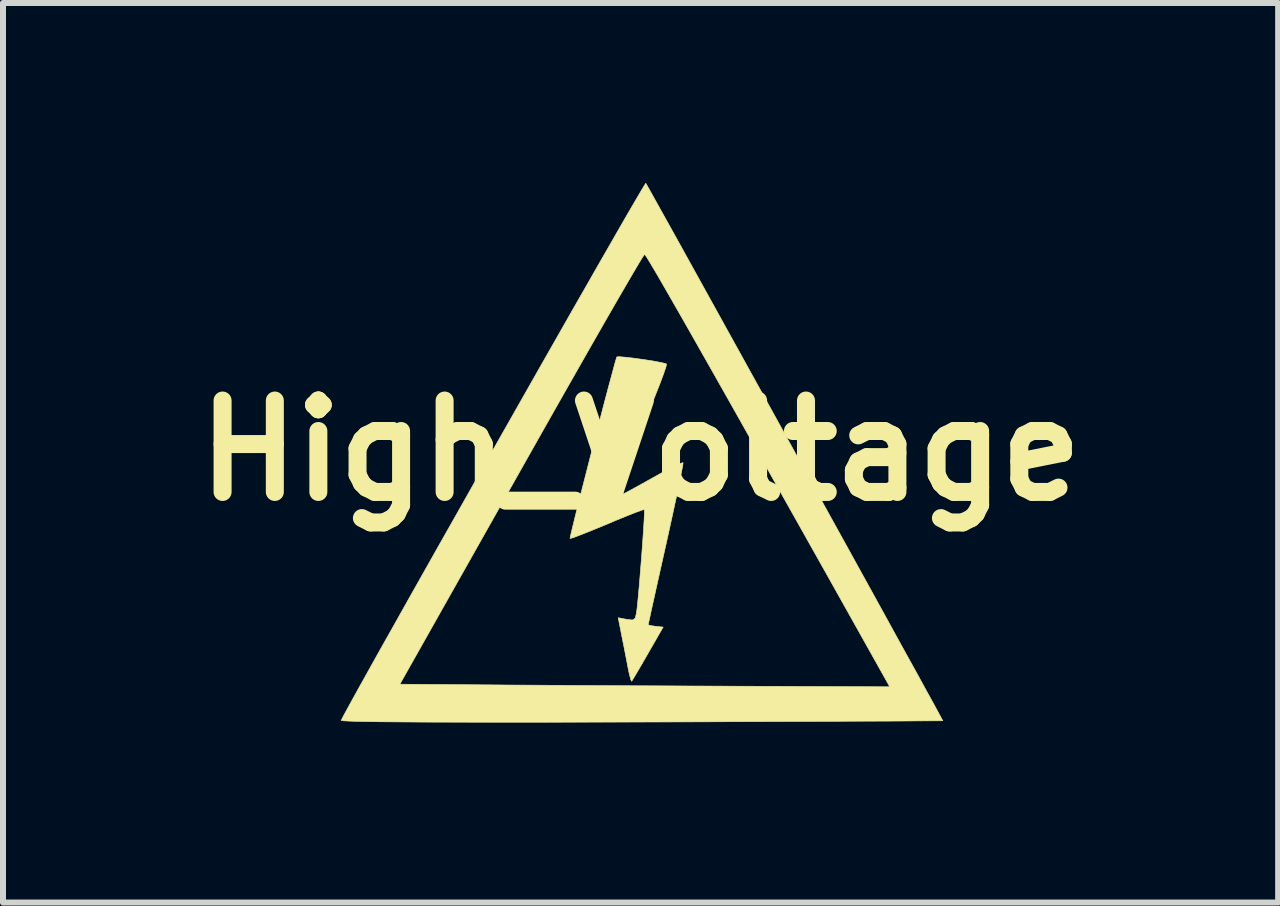
<source format=kicad_pcb>
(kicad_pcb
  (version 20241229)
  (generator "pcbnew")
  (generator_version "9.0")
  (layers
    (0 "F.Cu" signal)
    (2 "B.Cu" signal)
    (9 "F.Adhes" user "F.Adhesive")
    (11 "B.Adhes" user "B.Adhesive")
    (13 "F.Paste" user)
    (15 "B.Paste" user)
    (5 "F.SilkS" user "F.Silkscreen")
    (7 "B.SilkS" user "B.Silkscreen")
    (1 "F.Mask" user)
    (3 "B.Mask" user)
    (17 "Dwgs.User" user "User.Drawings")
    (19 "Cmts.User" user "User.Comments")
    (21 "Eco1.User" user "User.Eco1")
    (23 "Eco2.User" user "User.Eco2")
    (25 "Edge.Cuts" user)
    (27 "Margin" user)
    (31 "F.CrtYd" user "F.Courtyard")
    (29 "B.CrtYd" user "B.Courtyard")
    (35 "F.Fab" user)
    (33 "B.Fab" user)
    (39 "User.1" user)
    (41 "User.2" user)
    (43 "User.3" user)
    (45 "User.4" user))
  (footprint "High_Voltage"
    (layer "F.Cu")
    (at 7.627 4.461)
    (property "Reference" "High_Voltage" (at 0 0 0) (layer "F.SilkS") (effects (font (size 1.524 1.524) (thickness 0.3))))
    (attr through_hole)
    (fp_poly (pts (xy -0.244 -1.556) (xy -0.099 -1.539) (xy 0.063 -1.516) (xy 0.218 -1.492) (xy 0.345 -1.468) (xy 0.422 -1.449) (xy 0.433 -1.443) (xy 0.425 -1.399) (xy 0.387 -1.287) (xy 0.324 -1.117) (xy 0.238 -0.9) (xy 0.135 -0.646) (xy 0.017 -0.365) (xy -0.002 -0.321) (xy -0.122 -0.037) (xy -0.229 0.221) (xy -0.319 0.443) (xy -0.388 0.619) (xy -0.433 0.738) (xy -0.449 0.792) (xy -0.448 0.794) (xy -0.407 0.781) (xy -0.305 0.732) (xy -0.157 0.654) (xy 0.026 0.553) (xy 0.135 0.492) (xy 0.33 0.383) (xy 0.497 0.295) (xy 0.623 0.232) (xy 0.696 0.203) (xy 0.709 0.203) (xy 0.703 0.25) (xy 0.68 0.371) (xy 0.643 0.553) (xy 0.594 0.788) (xy 0.534 1.066) (xy 0.466 1.376) (xy 0.424 1.565) (xy 0.352 1.887) (xy 0.286 2.182) (xy 0.229 2.44) (xy 0.182 2.65) (xy 0.149 2.804) (xy 0.13 2.89) (xy 0.127 2.905) (xy 0.164 2.916) (xy 0.252 2.929) (xy 0.252 2.929) (xy 0.377 2.942) (xy 0.121 3.387) (xy 0.022 3.559) (xy -0.062 3.703) (xy -0.122 3.803) (xy -0.148 3.845) (xy -0.148 3.845) (xy -0.163 3.816) (xy -0.187 3.725) (xy -0.206 3.633) (xy -0.237 3.472) (xy -0.276 3.272) (xy -0.311 3.097) (xy -0.372 2.786) (xy -0.23 2.813) (xy -0.134 2.824) (xy -0.089 2.795) (xy -0.067 2.704) (xy -0.067 2.7) (xy -0.055 2.607) (xy -0.04 2.455) (xy -0.022 2.26) (xy -0.004 2.038) (xy 0.015 1.803) (xy 0.032 1.572) (xy 0.047 1.359) (xy 0.058 1.18) (xy 0.065 1.05) (xy 0.065 0.986) (xy 0.064 0.981) (xy 0.023 0.992) (xy -0.083 1.031) (xy -0.239 1.093) (xy -0.433 1.172) (xy -0.554 1.224) (xy -0.763 1.31) (xy -0.942 1.382) (xy -1.079 1.435) (xy -1.16 1.462) (xy -1.175 1.464) (xy -1.168 1.422) (xy -1.141 1.309) (xy -1.099 1.137) (xy -1.044 0.915) (xy -0.979 0.657) (xy -0.906 0.372) (xy -0.829 0.071) (xy -0.75 -0.234) (xy -0.673 -0.532) (xy -0.6 -0.813) (xy -0.533 -1.065) (xy -0.476 -1.276) (xy -0.433 -1.437) (xy -0.404 -1.536) (xy -0.395 -1.562) (xy -0.35 -1.565) (xy -0.244 -1.556)) (stroke (width 0.01) (type solid)) (fill yes) (layer "F.SilkS"))
    (fp_poly (pts (xy 0.111 -4.416) (xy 0.171 -4.309) (xy 0.266 -4.138) (xy 0.393 -3.91) (xy 0.549 -3.63) (xy 0.73 -3.304) (xy 0.933 -2.937) (xy 1.156 -2.534) (xy 1.395 -2.102) (xy 1.648 -1.645) (xy 1.911 -1.169) (xy 2.182 -0.68) (xy 2.456 -0.183) (xy 2.732 0.316) (xy 3.006 0.812) (xy 3.275 1.299) (xy 3.536 1.771) (xy 3.786 2.224) (xy 4.022 2.652) (xy 4.24 3.049) (xy 4.439 3.41) (xy 4.615 3.728) (xy 4.764 4) (xy 4.884 4.218) (xy 4.971 4.378) (xy 5.023 4.475) (xy 5.038 4.502) (xy 4.996 4.503) (xy 4.875 4.504) (xy 4.68 4.505) (xy 4.416 4.507) (xy 4.088 4.509) (xy 3.701 4.51) (xy 3.261 4.512) (xy 2.772 4.514) (xy 2.241 4.516) (xy 1.672 4.518) (xy 1.07 4.521) (xy 0.44 4.523) (xy 0.016 4.524) (xy -0.852 4.526) (xy -1.639 4.528) (xy -2.343 4.528) (xy -2.965 4.527) (xy -3.505 4.526) (xy -3.961 4.523) (xy -4.335 4.52) (xy -4.624 4.516) (xy -4.83 4.51) (xy -4.952 4.504) (xy -4.99 4.497) (xy -4.962 4.441) (xy -4.896 4.319) (xy -4.795 4.135) (xy -4.663 3.896) (xy -4.661 3.894) (xy -4.012 3.894) (xy -2.503 3.905) (xy -2.169 3.908) (xy -1.764 3.91) (xy -1.303 3.913) (xy -0.799 3.916) (xy -0.268 3.919) (xy 0.276 3.921) (xy 0.821 3.924) (xy 1.35 3.926) (xy 1.58 3.927) (xy 4.154 3.937) (xy 4.065 3.778) (xy 3.541 2.843) (xy 3.057 1.98) (xy 2.612 1.189) (xy 2.206 0.467) (xy 1.838 -0.186) (xy 1.508 -0.772) (xy 1.213 -1.293) (xy 0.954 -1.75) (xy 0.73 -2.144) (xy 0.54 -2.476) (xy 0.383 -2.749) (xy 0.259 -2.963) (xy 0.166 -3.12) (xy 0.104 -3.221) (xy 0.071 -3.268) (xy 0.067 -3.271) (xy 0.041 -3.235) (xy -0.024 -3.129) (xy -0.124 -2.96) (xy -0.257 -2.732) (xy -0.42 -2.451) (xy -0.61 -2.121) (xy -0.824 -1.747) (xy -1.059 -1.334) (xy -1.313 -0.888) (xy -1.582 -0.413) (xy -1.864 0.086) (xy -1.992 0.313) (xy -4.012 3.894) (xy -4.661 3.894) (xy -4.501 3.606) (xy -4.314 3.272) (xy -4.104 2.899) (xy -3.875 2.491) (xy -3.629 2.055) (xy -3.37 1.596) (xy -3.1 1.119) (xy -2.824 0.631) (xy -2.543 0.135) (xy -2.261 -0.361) (xy -1.981 -0.854) (xy -1.707 -1.337) (xy -1.441 -1.804) (xy -1.186 -2.252) (xy -0.945 -2.673) (xy -0.723 -3.062) (xy -0.52 -3.415) (xy -0.342 -3.726) (xy -0.19 -3.989) (xy -0.068 -4.198) (xy 0.021 -4.349) (xy 0.074 -4.436) (xy 0.088 -4.456) (xy 0.111 -4.416)) (stroke (width 0.01) (type solid)) (fill yes) (layer "F.SilkS")))
  (gr_rect
    (start -3 -3)
    (end 18.255 11.994)
    (stroke (width 0.1) (type default))
    (fill no)
    (layer "Edge.Cuts")))
</source>
